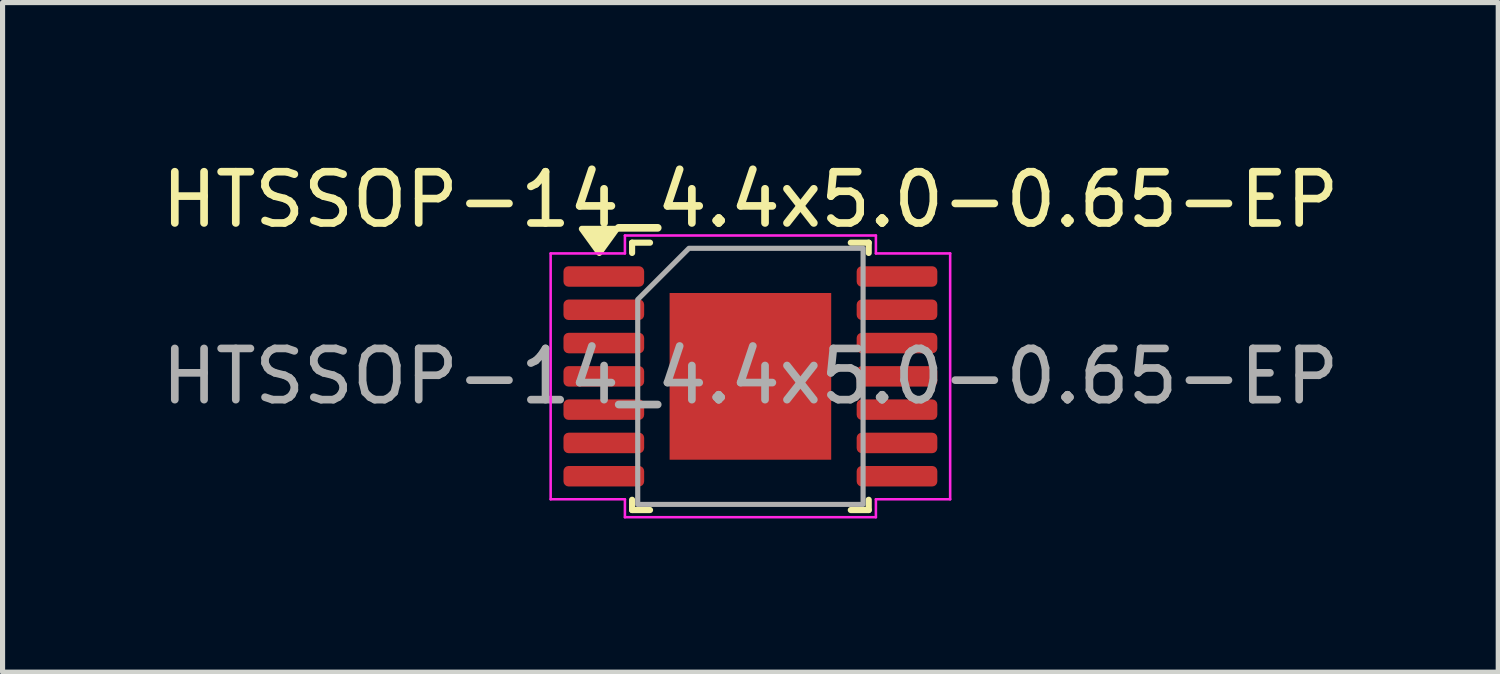
<source format=kicad_pcb>
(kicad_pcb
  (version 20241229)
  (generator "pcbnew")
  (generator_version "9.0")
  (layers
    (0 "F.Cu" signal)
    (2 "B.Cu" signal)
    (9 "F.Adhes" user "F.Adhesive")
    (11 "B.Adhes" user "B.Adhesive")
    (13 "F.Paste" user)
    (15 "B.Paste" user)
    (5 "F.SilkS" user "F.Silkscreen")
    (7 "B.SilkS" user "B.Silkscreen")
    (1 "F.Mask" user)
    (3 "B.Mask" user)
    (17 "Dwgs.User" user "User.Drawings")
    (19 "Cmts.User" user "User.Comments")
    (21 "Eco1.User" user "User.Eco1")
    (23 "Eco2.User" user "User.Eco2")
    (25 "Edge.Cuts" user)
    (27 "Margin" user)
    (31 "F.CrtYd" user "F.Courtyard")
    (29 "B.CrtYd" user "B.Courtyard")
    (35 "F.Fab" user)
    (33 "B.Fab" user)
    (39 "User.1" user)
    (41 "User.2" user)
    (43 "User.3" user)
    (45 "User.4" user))
  (footprint "HTSSOP-14_4.4x5.0-0.65-EP"
    (layer "F.Cu")
    (at 11.601 4.298)
    (property "Reference" "HTSSOP-14_4.4x5.0-0.65-EP" (at 0 -3.45 0) (layer "F.SilkS") (effects (font (size 1 1) (thickness 0.15))))
    (attr smd)
    (fp_line (start -2.31 -2.61) (end -1.96 -2.61) (stroke (width 0.12) (type solid)) (layer "F.SilkS"))
    (fp_line (start -2.31 -2.41) (end -2.31 -2.61) (stroke (width 0.12) (type solid)) (layer "F.SilkS"))
    (fp_line (start -2.31 2.61) (end -2.31 2.41) (stroke (width 0.12) (type solid)) (layer "F.SilkS"))
    (fp_line (start -1.96 2.61) (end -2.31 2.61) (stroke (width 0.12) (type solid)) (layer "F.SilkS"))
    (fp_line (start 1.96 -2.61) (end 2.31 -2.61) (stroke (width 0.12) (type solid)) (layer "F.SilkS"))
    (fp_line (start 2.31 -2.61) (end 2.31 -2.41) (stroke (width 0.12) (type solid)) (layer "F.SilkS"))
    (fp_line (start 2.31 2.41) (end 2.31 2.61) (stroke (width 0.12) (type solid)) (layer "F.SilkS"))
    (fp_line (start 2.31 2.61) (end 1.96 2.61) (stroke (width 0.12) (type solid)) (layer "F.SilkS"))
    (fp_poly (pts (xy -2.95 -2.41) (xy -3.29 -2.88) (xy -2.61 -2.88)) (stroke (width 0.12) (type solid)) (fill yes) (layer "F.SilkS"))
    (fp_rect (start -3.55 -2.05) (end -2.675 -1.85) (stroke (width 0.2) (type solid)) (fill yes) (layer "F.Paste"))
    (fp_rect (start -3.55 -1.4) (end -2.675 -1.2) (stroke (width 0.2) (type solid)) (fill yes) (layer "F.Paste"))
    (fp_rect (start -3.55 -0.75) (end -2.675 -0.55) (stroke (width 0.2) (type solid)) (fill yes) (layer "F.Paste"))
    (fp_rect (start -3.55 -0.1) (end -2.675 0.1) (stroke (width 0.2) (type solid)) (fill yes) (layer "F.Paste"))
    (fp_rect (start -3.55 0.55) (end -2.675 0.75) (stroke (width 0.2) (type solid)) (fill yes) (layer "F.Paste"))
    (fp_rect (start -3.55 1.2) (end -2.675 1.4) (stroke (width 0.2) (type solid)) (fill yes) (layer "F.Paste"))
    (fp_rect (start -3.55 1.85) (end -2.675 2.05) (stroke (width 0.2) (type solid)) (fill yes) (layer "F.Paste"))
    (fp_rect (start 3.55 -1.85) (end 2.675 -2.05) (stroke (width 0.2) (type solid)) (fill yes) (layer "F.Paste"))
    (fp_rect (start 3.55 -1.2) (end 2.675 -1.4) (stroke (width 0.2) (type solid)) (fill yes) (layer "F.Paste"))
    (fp_rect (start 3.55 -0.55) (end 2.675 -0.75) (stroke (width 0.2) (type solid)) (fill yes) (layer "F.Paste"))
    (fp_rect (start 3.55 0.1) (end 2.675 -0.1) (stroke (width 0.2) (type solid)) (fill yes) (layer "F.Paste"))
    (fp_rect (start 3.55 0.75) (end 2.675 0.55) (stroke (width 0.2) (type solid)) (fill yes) (layer "F.Paste"))
    (fp_rect (start 3.55 1.4) (end 2.675 1.2) (stroke (width 0.2) (type solid)) (fill yes) (layer "F.Paste"))
    (fp_rect (start 3.55 2.05) (end 2.675 1.85) (stroke (width 0.2) (type solid)) (fill yes) (layer "F.Paste"))
    (fp_line (start -3.9 -2.4) (end -2.45 -2.4) (stroke (width 0.05) (type solid)) (layer "F.CrtYd"))
    (fp_line (start -3.9 2.4) (end -3.9 -2.4) (stroke (width 0.05) (type solid)) (layer "F.CrtYd"))
    (fp_line (start -2.45 -2.75) (end 2.45 -2.75) (stroke (width 0.05) (type solid)) (layer "F.CrtYd"))
    (fp_line (start -2.45 -2.4) (end -2.45 -2.75) (stroke (width 0.05) (type solid)) (layer "F.CrtYd"))
    (fp_line (start -2.45 2.4) (end -3.9 2.4) (stroke (width 0.05) (type solid)) (layer "F.CrtYd"))
    (fp_line (start -2.45 2.75) (end -2.45 2.4) (stroke (width 0.05) (type solid)) (layer "F.CrtYd"))
    (fp_line (start 2.45 -2.75) (end 2.45 -2.4) (stroke (width 0.05) (type solid)) (layer "F.CrtYd"))
    (fp_line (start 2.45 -2.4) (end 3.9 -2.4) (stroke (width 0.05) (type solid)) (layer "F.CrtYd"))
    (fp_line (start 2.45 2.4) (end 2.45 2.75) (stroke (width 0.05) (type solid)) (layer "F.CrtYd"))
    (fp_line (start 2.45 2.75) (end -2.45 2.75) (stroke (width 0.05) (type solid)) (layer "F.CrtYd"))
    (fp_line (start 3.9 -2.4) (end 3.9 2.4) (stroke (width 0.05) (type solid)) (layer "F.CrtYd"))
    (fp_line (start 3.9 2.4) (end 2.45 2.4) (stroke (width 0.05) (type solid)) (layer "F.CrtYd"))
    (fp_poly (pts (xy -2.2 -1.5) (xy -2.2 2.5) (xy 2.2 2.5) (xy 2.2 -2.5) (xy -1.2 -2.5)) (stroke (width 0.1) (type solid)) (fill no) (layer "F.Fab"))
    (fp_text user "${REFERENCE}" (at 0 0 0) (layer "F.Fab") (effects (font (size 1 1) (thickness 0.15))))
    (pad "" smd roundrect (at -0.79 -0.815) (size 1.27 1.31) (layers "F.Paste") (roundrect_rratio 0.197))
    (pad "" smd roundrect (at -0.79 0.815) (size 1.27 1.31) (layers "F.Paste") (roundrect_rratio 0.197))
    (pad "" smd roundrect (at 0.79 -0.815) (size 1.27 1.31) (layers "F.Paste") (roundrect_rratio 0.197))
    (pad "" smd roundrect (at 0.79 0.815) (size 1.27 1.31) (layers "F.Paste") (roundrect_rratio 0.197))
    (pad "1" smd roundrect (at -2.862 -1.95) (size 1.575 0.4) (layers "F.Cu" "F.Mask") (roundrect_rratio 0.25))
    (pad "2" smd roundrect (at -2.862 -1.3) (size 1.575 0.4) (layers "F.Cu" "F.Mask") (roundrect_rratio 0.25))
    (pad "3" smd roundrect (at -2.862 -0.65) (size 1.575 0.4) (layers "F.Cu" "F.Mask") (roundrect_rratio 0.25))
    (pad "4" smd roundrect (at -2.862 0) (size 1.575 0.4) (layers "F.Cu" "F.Mask") (roundrect_rratio 0.25))
    (pad "5" smd roundrect (at -2.862 0.65) (size 1.575 0.4) (layers "F.Cu" "F.Mask") (roundrect_rratio 0.25))
    (pad "6" smd roundrect (at -2.862 1.3) (size 1.575 0.4) (layers "F.Cu" "F.Mask") (roundrect_rratio 0.25))
    (pad "7" smd roundrect (at -2.862 1.95) (size 1.575 0.4) (layers "F.Cu" "F.Mask") (roundrect_rratio 0.25))
    (pad "8" smd roundrect (at 2.862 1.95) (size 1.575 0.4) (layers "F.Cu" "F.Mask") (roundrect_rratio 0.25))
    (pad "9" smd roundrect (at 2.862 1.3) (size 1.575 0.4) (layers "F.Cu" "F.Mask") (roundrect_rratio 0.25))
    (pad "10" smd roundrect (at 2.862 0.65) (size 1.575 0.4) (layers "F.Cu" "F.Mask") (roundrect_rratio 0.25))
    (pad "11" smd roundrect (at 2.862 0) (size 1.575 0.4) (layers "F.Cu" "F.Mask") (roundrect_rratio 0.25))
    (pad "12" smd roundrect (at 2.862 -0.65) (size 1.575 0.4) (layers "F.Cu" "F.Mask") (roundrect_rratio 0.25))
    (pad "13" smd roundrect (at 2.862 -1.3) (size 1.575 0.4) (layers "F.Cu" "F.Mask") (roundrect_rratio 0.25))
    (pad "14" smd roundrect (at 2.862 -1.95) (size 1.575 0.4) (layers "F.Cu" "F.Mask") (roundrect_rratio 0.25))
    (pad "15" smd rect (at 0 0) (size 3.155 3.255) (layers "F.Cu" "F.Mask")))
  (gr_rect
    (start -3 -3)
    (end 26.202 10.073)
    (stroke (width 0.1) (type default))
    (fill no)
    (layer "Edge.Cuts")))
</source>
